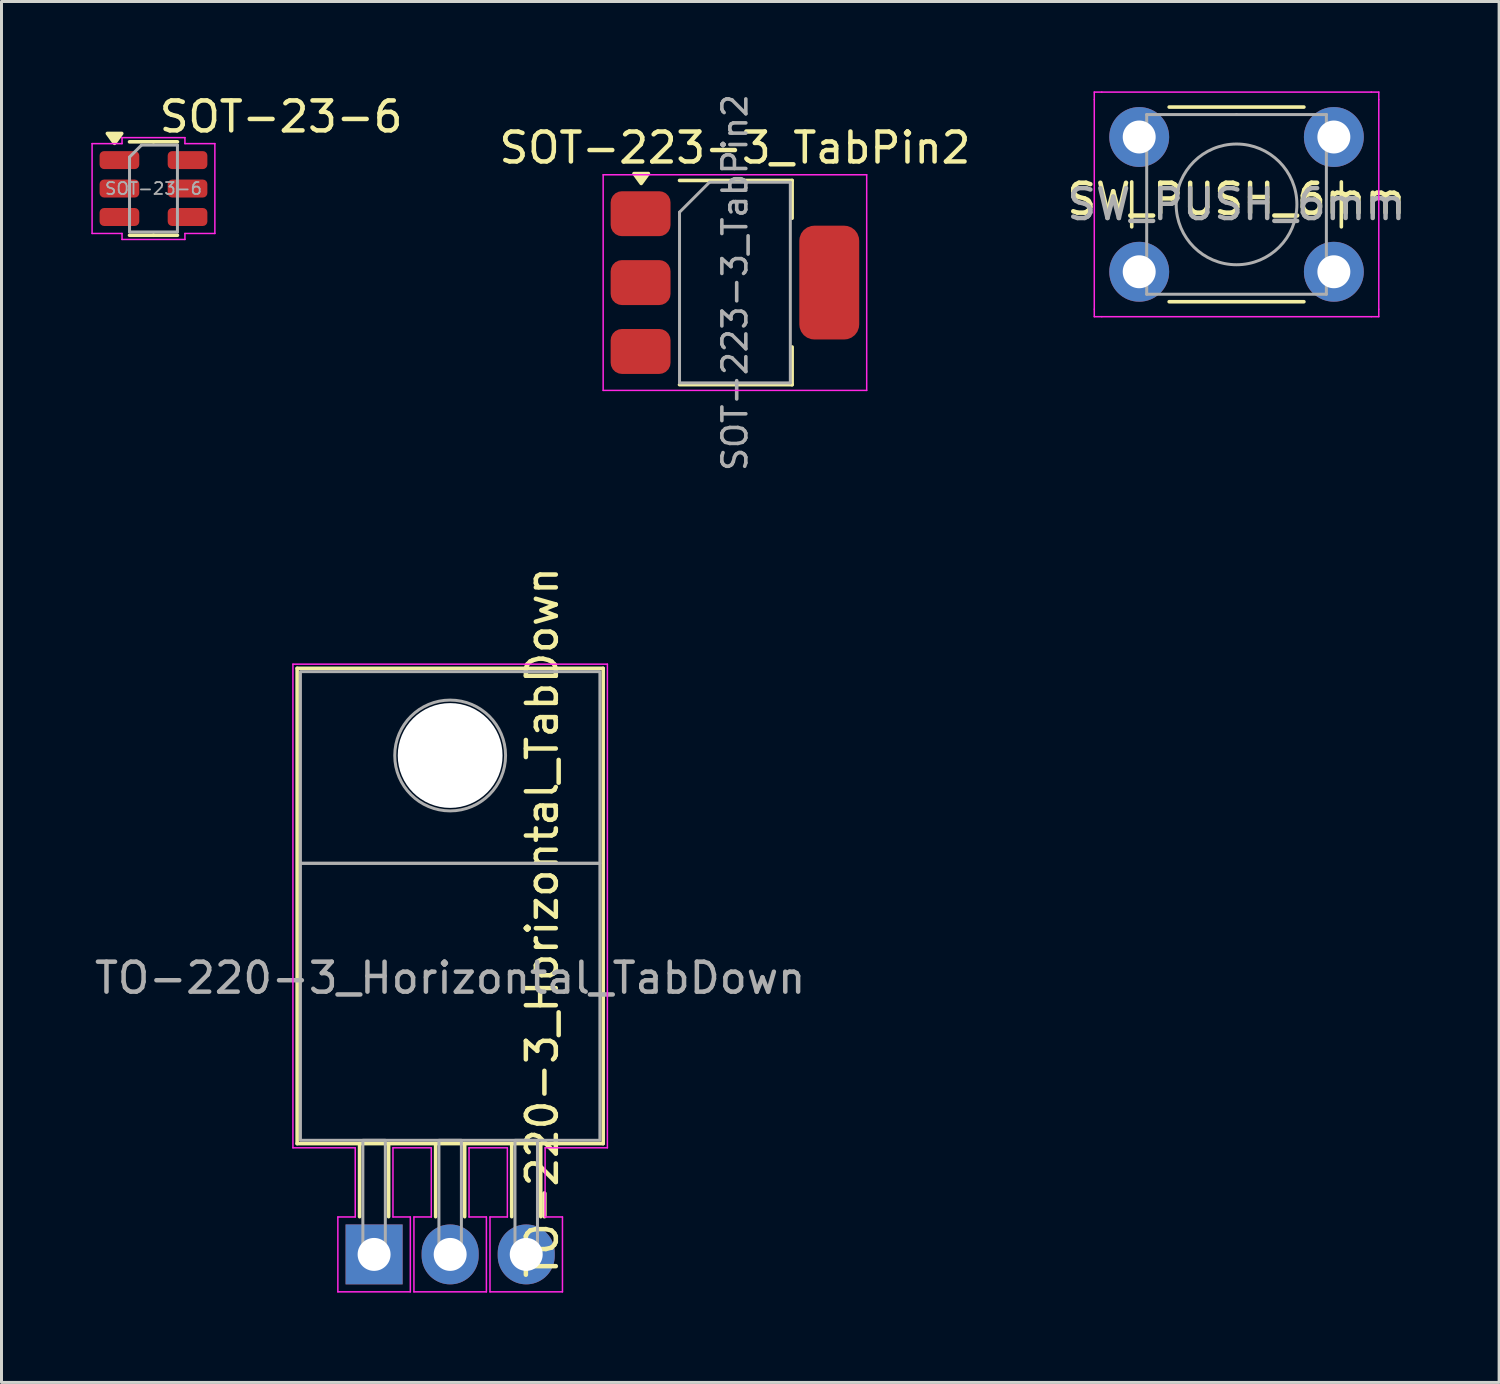
<source format=kicad_pcb>
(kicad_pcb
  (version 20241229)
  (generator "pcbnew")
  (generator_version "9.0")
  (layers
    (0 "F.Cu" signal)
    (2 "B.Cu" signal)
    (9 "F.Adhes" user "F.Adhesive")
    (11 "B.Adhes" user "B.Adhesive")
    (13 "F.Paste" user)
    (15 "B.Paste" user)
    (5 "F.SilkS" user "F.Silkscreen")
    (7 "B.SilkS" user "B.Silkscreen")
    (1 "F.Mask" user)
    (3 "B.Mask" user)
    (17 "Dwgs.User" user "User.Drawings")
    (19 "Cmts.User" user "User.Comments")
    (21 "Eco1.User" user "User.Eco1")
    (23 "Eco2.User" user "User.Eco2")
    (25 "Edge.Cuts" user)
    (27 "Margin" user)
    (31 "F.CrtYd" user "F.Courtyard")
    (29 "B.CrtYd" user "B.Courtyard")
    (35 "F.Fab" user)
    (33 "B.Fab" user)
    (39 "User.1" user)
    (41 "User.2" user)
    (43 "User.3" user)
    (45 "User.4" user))
  (footprint "SOT-23-6"
    (layer "F.Cu")
    (at 2.075 3.246)
    (property "Reference" "SOT-23-6" (at 4.262 -2.398 0) (layer "F.SilkS") (effects (font (size 1 1) (thickness 0.15))))
    (attr smd)
    (fp_line (start 0 -1.56) (end -0.8 -1.56) (stroke (width 0.12) (type solid)) (layer "F.SilkS"))
    (fp_line (start 0 -1.56) (end 0.8 -1.56) (stroke (width 0.12) (type solid)) (layer "F.SilkS"))
    (fp_line (start 0 1.56) (end -0.8 1.56) (stroke (width 0.12) (type solid)) (layer "F.SilkS"))
    (fp_line (start 0 1.56) (end 0.8 1.56) (stroke (width 0.12) (type solid)) (layer "F.SilkS"))
    (fp_poly (pts (xy -1.3 -1.51) (xy -1.54 -1.84) (xy -1.06 -1.84)) (stroke (width 0.12) (type solid)) (fill yes) (layer "F.SilkS"))
    (fp_line (start -2.05 -1.5) (end -1.05 -1.5) (stroke (width 0.05) (type solid)) (layer "F.CrtYd"))
    (fp_line (start -2.05 1.5) (end -2.05 -1.5) (stroke (width 0.05) (type solid)) (layer "F.CrtYd"))
    (fp_line (start -1.05 -1.7) (end 1.05 -1.7) (stroke (width 0.05) (type solid)) (layer "F.CrtYd"))
    (fp_line (start -1.05 -1.5) (end -1.05 -1.7) (stroke (width 0.05) (type solid)) (layer "F.CrtYd"))
    (fp_line (start -1.05 1.5) (end -2.05 1.5) (stroke (width 0.05) (type solid)) (layer "F.CrtYd"))
    (fp_line (start -1.05 1.7) (end -1.05 1.5) (stroke (width 0.05) (type solid)) (layer "F.CrtYd"))
    (fp_line (start 1.05 -1.7) (end 1.05 -1.5) (stroke (width 0.05) (type solid)) (layer "F.CrtYd"))
    (fp_line (start 1.05 -1.5) (end 2.05 -1.5) (stroke (width 0.05) (type solid)) (layer "F.CrtYd"))
    (fp_line (start 1.05 1.5) (end 1.05 1.7) (stroke (width 0.05) (type solid)) (layer "F.CrtYd"))
    (fp_line (start 1.05 1.7) (end -1.05 1.7) (stroke (width 0.05) (type solid)) (layer "F.CrtYd"))
    (fp_line (start 2.05 -1.5) (end 2.05 1.5) (stroke (width 0.05) (type solid)) (layer "F.CrtYd"))
    (fp_line (start 2.05 1.5) (end 1.05 1.5) (stroke (width 0.05) (type solid)) (layer "F.CrtYd"))
    (fp_line (start -0.8 -1.05) (end -0.4 -1.45) (stroke (width 0.1) (type solid)) (layer "F.Fab"))
    (fp_line (start -0.8 1.45) (end -0.8 -1.05) (stroke (width 0.1) (type solid)) (layer "F.Fab"))
    (fp_line (start -0.4 -1.45) (end 0.8 -1.45) (stroke (width 0.1) (type solid)) (layer "F.Fab"))
    (fp_line (start 0.8 -1.45) (end 0.8 1.45) (stroke (width 0.1) (type solid)) (layer "F.Fab"))
    (fp_line (start 0.8 1.45) (end -0.8 1.45) (stroke (width 0.1) (type solid)) (layer "F.Fab"))
    (fp_text user "${REFERENCE}" (at 0 0 0) (layer "F.Fab") (effects (font (size 0.4 0.4) (thickness 0.06))))
    (pad "1" smd roundrect (at -1.137 -0.95) (size 1.325 0.6) (layers "F.Cu" "F.Mask" "F.Paste") (roundrect_rratio 0.25))
    (pad "2" smd roundrect (at -1.137 0) (size 1.325 0.6) (layers "F.Cu" "F.Mask" "F.Paste") (roundrect_rratio 0.25))
    (pad "3" smd roundrect (at -1.137 0.95) (size 1.325 0.6) (layers "F.Cu" "F.Mask" "F.Paste") (roundrect_rratio 0.25))
    (pad "4" smd roundrect (at 1.137 0.95) (size 1.325 0.6) (layers "F.Cu" "F.Mask" "F.Paste") (roundrect_rratio 0.25))
    (pad "5" smd roundrect (at 1.137 0) (size 1.325 0.6) (layers "F.Cu" "F.Mask" "F.Paste") (roundrect_rratio 0.25))
    (pad "6" smd roundrect (at 1.137 -0.95) (size 1.325 0.6) (layers "F.Cu" "F.Mask" "F.Paste") (roundrect_rratio 0.25)))
  (footprint "TO-220-3_Horizontal_TabDown"
    (layer "F.Cu")
    (at 9.442 38.838)
    (property "Reference" "TO-220-3_Horizontal_TabDown" (at 5.613 -11.084 90) (layer "F.SilkS") (effects (font (size 1 1) (thickness 0.15))))
    (attr through_hole)
    (fp_line (start -2.57 -19.57) (end 7.65 -19.57) (stroke (width 0.12) (type solid)) (layer "F.SilkS"))
    (fp_line (start -2.57 -3.7) (end -2.57 -19.57) (stroke (width 0.12) (type solid)) (layer "F.SilkS"))
    (fp_line (start -2.57 -3.7) (end 7.65 -3.7) (stroke (width 0.12) (type solid)) (layer "F.SilkS"))
    (fp_line (start -0.485 -3.7) (end -0.485 -1.26) (stroke (width 0.12) (type solid)) (layer "F.SilkS"))
    (fp_line (start 0.485 -3.7) (end 0.485 -1.26) (stroke (width 0.12) (type solid)) (layer "F.SilkS"))
    (fp_line (start 2.055 -3.7) (end 2.055 -1.26) (stroke (width 0.12) (type solid)) (layer "F.SilkS"))
    (fp_line (start 3.025 -3.7) (end 3.025 -1.26) (stroke (width 0.12) (type solid)) (layer "F.SilkS"))
    (fp_line (start 4.595 -3.7) (end 4.595 -1.26) (stroke (width 0.12) (type solid)) (layer "F.SilkS"))
    (fp_line (start 5.565 -3.7) (end 5.565 -1.26) (stroke (width 0.12) (type solid)) (layer "F.SilkS"))
    (fp_line (start 7.65 -3.7) (end 7.65 -19.57) (stroke (width 0.12) (type solid)) (layer "F.SilkS"))
    (fp_line (start -2.71 -19.71) (end 7.79 -19.71) (stroke (width 0.05) (type solid)) (layer "F.CrtYd"))
    (fp_line (start -2.71 -3.56) (end -2.71 -19.71) (stroke (width 0.05) (type solid)) (layer "F.CrtYd"))
    (fp_line (start -1.21 -1.25) (end -0.63 -1.25) (stroke (width 0.05) (type solid)) (layer "F.CrtYd"))
    (fp_line (start -1.21 1.25) (end -1.21 -1.25) (stroke (width 0.05) (type solid)) (layer "F.CrtYd"))
    (fp_line (start -0.63 -3.56) (end -2.71 -3.56) (stroke (width 0.05) (type solid)) (layer "F.CrtYd"))
    (fp_line (start -0.63 -1.25) (end -0.63 -3.56) (stroke (width 0.05) (type solid)) (layer "F.CrtYd"))
    (fp_line (start 0.63 -3.56) (end 0.63 -1.25) (stroke (width 0.05) (type solid)) (layer "F.CrtYd"))
    (fp_line (start 0.63 -1.25) (end 1.21 -1.25) (stroke (width 0.05) (type solid)) (layer "F.CrtYd"))
    (fp_line (start 1.21 -1.25) (end 1.21 1.25) (stroke (width 0.05) (type solid)) (layer "F.CrtYd"))
    (fp_line (start 1.21 1.25) (end -1.21 1.25) (stroke (width 0.05) (type solid)) (layer "F.CrtYd"))
    (fp_line (start 1.33 -1.25) (end 1.91 -1.25) (stroke (width 0.05) (type solid)) (layer "F.CrtYd"))
    (fp_line (start 1.33 1.25) (end 1.33 -1.25) (stroke (width 0.05) (type solid)) (layer "F.CrtYd"))
    (fp_line (start 1.91 -3.56) (end 0.63 -3.56) (stroke (width 0.05) (type solid)) (layer "F.CrtYd"))
    (fp_line (start 1.91 -1.25) (end 1.91 -3.56) (stroke (width 0.05) (type solid)) (layer "F.CrtYd"))
    (fp_line (start 3.17 -3.56) (end 3.17 -1.25) (stroke (width 0.05) (type solid)) (layer "F.CrtYd"))
    (fp_line (start 3.17 -1.25) (end 3.75 -1.25) (stroke (width 0.05) (type solid)) (layer "F.CrtYd"))
    (fp_line (start 3.75 -1.25) (end 3.75 1.25) (stroke (width 0.05) (type solid)) (layer "F.CrtYd"))
    (fp_line (start 3.75 1.25) (end 1.33 1.25) (stroke (width 0.05) (type solid)) (layer "F.CrtYd"))
    (fp_line (start 3.87 -1.25) (end 4.45 -1.25) (stroke (width 0.05) (type solid)) (layer "F.CrtYd"))
    (fp_line (start 3.87 1.25) (end 3.87 -1.25) (stroke (width 0.05) (type solid)) (layer "F.CrtYd"))
    (fp_line (start 4.45 -3.56) (end 3.17 -3.56) (stroke (width 0.05) (type solid)) (layer "F.CrtYd"))
    (fp_line (start 4.45 -1.25) (end 4.45 -3.56) (stroke (width 0.05) (type solid)) (layer "F.CrtYd"))
    (fp_line (start 5.71 -3.56) (end 5.71 -1.25) (stroke (width 0.05) (type solid)) (layer "F.CrtYd"))
    (fp_line (start 5.71 -1.25) (end 6.29 -1.25) (stroke (width 0.05) (type solid)) (layer "F.CrtYd"))
    (fp_line (start 6.29 -1.25) (end 6.29 1.25) (stroke (width 0.05) (type solid)) (layer "F.CrtYd"))
    (fp_line (start 6.29 1.25) (end 3.87 1.25) (stroke (width 0.05) (type solid)) (layer "F.CrtYd"))
    (fp_line (start 7.79 -19.71) (end 7.79 -3.56) (stroke (width 0.05) (type solid)) (layer "F.CrtYd"))
    (fp_line (start 7.79 -3.56) (end 5.71 -3.56) (stroke (width 0.05) (type solid)) (layer "F.CrtYd"))
    (fp_rect (start -2.46 -19.46) (end 7.54 -13.06) (stroke (width 0.1) (type solid)) (fill no) (layer "F.Fab"))
    (fp_rect (start -2.46 -3.81) (end 7.54 -13.06) (stroke (width 0.1) (type solid)) (fill no) (layer "F.Fab"))
    (fp_rect (start -0.375 -3.81) (end 0.375 0) (stroke (width 0.1) (type solid)) (fill no) (layer "F.Fab"))
    (fp_rect (start 2.165 -3.81) (end 2.915 0) (stroke (width 0.1) (type solid)) (fill no) (layer "F.Fab"))
    (fp_rect (start 4.705 -3.81) (end 5.455 0) (stroke (width 0.1) (type solid)) (fill no) (layer "F.Fab"))
    (fp_circle (center 2.54 -16.66) (end 4.39 -16.66) (stroke (width 0.1) (type solid)) (fill no) (layer "F.Fab"))
    (fp_text user "${REFERENCE}" (at 2.54 -9.23 180) (layer "F.Fab") (effects (font (size 1 1) (thickness 0.15))))
    (pad "" np_thru_hole circle (at 2.54 -16.66) (size 3.5 3.5) (drill 3.5) (layers "*.Cu" "*.Mask"))
    (pad "1" thru_hole rect (at 0 0) (size 1.905 2) (drill 1.1) (layers "*.Cu" "*.Mask"))
    (pad "2" thru_hole oval (at 2.54 0) (size 1.905 2) (drill 1.1) (layers "*.Cu" "*.Mask"))
    (pad "3" thru_hole oval (at 5.08 0) (size 1.905 2) (drill 1.1) (layers "*.Cu" "*.Mask")))
  (footprint "SOT-223-3_TabPin2"
    (layer "F.Cu")
    (at 21.491 6.386)
    (property "Reference" "SOT-223-3_TabPin2" (at 0 -4.5 0) (layer "F.SilkS") (effects (font (size 1 1) (thickness 0.15))))
    (attr smd)
    (fp_line (start -1.85 -3.41) (end 1.91 -3.41) (stroke (width 0.12) (type solid)) (layer "F.SilkS"))
    (fp_line (start -1.85 3.41) (end 1.91 3.41) (stroke (width 0.12) (type solid)) (layer "F.SilkS"))
    (fp_line (start 1.91 -3.41) (end 1.91 -2.15) (stroke (width 0.12) (type solid)) (layer "F.SilkS"))
    (fp_line (start 1.91 3.41) (end 1.91 2.15) (stroke (width 0.12) (type solid)) (layer "F.SilkS"))
    (fp_poly (pts (xy -3.13 -3.31) (xy -3.37 -3.64) (xy -2.89 -3.64) (xy -3.13 -3.31)) (stroke (width 0.12) (type solid)) (fill yes) (layer "F.SilkS"))
    (fp_line (start -4.4 -3.6) (end -4.4 3.6) (stroke (width 0.05) (type solid)) (layer "F.CrtYd"))
    (fp_line (start -4.4 3.6) (end 4.4 3.6) (stroke (width 0.05) (type solid)) (layer "F.CrtYd"))
    (fp_line (start 4.4 -3.6) (end -4.4 -3.6) (stroke (width 0.05) (type solid)) (layer "F.CrtYd"))
    (fp_line (start 4.4 3.6) (end 4.4 -3.6) (stroke (width 0.05) (type solid)) (layer "F.CrtYd"))
    (fp_line (start -1.85 -2.35) (end -1.85 3.35) (stroke (width 0.1) (type solid)) (layer "F.Fab"))
    (fp_line (start -1.85 -2.35) (end -0.85 -3.35) (stroke (width 0.1) (type solid)) (layer "F.Fab"))
    (fp_line (start -1.85 3.35) (end 1.85 3.35) (stroke (width 0.1) (type solid)) (layer "F.Fab"))
    (fp_line (start -0.85 -3.35) (end 1.85 -3.35) (stroke (width 0.1) (type solid)) (layer "F.Fab"))
    (fp_line (start 1.85 -3.35) (end 1.85 3.35) (stroke (width 0.1) (type solid)) (layer "F.Fab"))
    (fp_text user "${REFERENCE}" (at 0 0 90) (layer "F.Fab") (effects (font (size 0.8 0.8) (thickness 0.12))))
    (pad "1" smd roundrect (at -3.15 -2.3) (size 2 1.5) (layers "F.Cu" "F.Mask" "F.Paste") (roundrect_rratio 0.25))
    (pad "2" smd roundrect (at -3.15 0) (size 2 1.5) (layers "F.Cu" "F.Mask" "F.Paste") (roundrect_rratio 0.25))
    (pad "2" smd roundrect (at 3.15 0) (size 2 3.8) (layers "F.Cu" "F.Mask" "F.Paste") (roundrect_rratio 0.25))
    (pad "3" smd roundrect (at -3.15 2.3) (size 2 1.5) (layers "F.Cu" "F.Mask" "F.Paste") (roundrect_rratio 0.25)))
  (footprint "SW_PUSH_6mm"
    (layer "F.Cu")
    (at 34.991 1.525)
    (property "Reference" "SW_PUSH_6mm" (at 3.25 2.072 180) (layer "F.SilkS") (effects (font (size 1 1) (thickness 0.15))))
    (attr through_hole)
    (fp_line (start -0.25 1.5) (end -0.25 3) (stroke (width 0.12) (type solid)) (layer "F.SilkS"))
    (fp_line (start 1 5.5) (end 5.5 5.5) (stroke (width 0.12) (type solid)) (layer "F.SilkS"))
    (fp_line (start 5.5 -1) (end 1 -1) (stroke (width 0.12) (type solid)) (layer "F.SilkS"))
    (fp_line (start 6.75 3) (end 6.75 1.5) (stroke (width 0.12) (type solid)) (layer "F.SilkS"))
    (fp_line (start -1.5 -1.5) (end -1.25 -1.5) (stroke (width 0.05) (type solid)) (layer "F.CrtYd"))
    (fp_line (start -1.5 -1.25) (end -1.5 -1.5) (stroke (width 0.05) (type solid)) (layer "F.CrtYd"))
    (fp_line (start -1.5 5.75) (end -1.5 -1.25) (stroke (width 0.05) (type solid)) (layer "F.CrtYd"))
    (fp_line (start -1.5 5.75) (end -1.5 6) (stroke (width 0.05) (type solid)) (layer "F.CrtYd"))
    (fp_line (start -1.5 6) (end -1.25 6) (stroke (width 0.05) (type solid)) (layer "F.CrtYd"))
    (fp_line (start -1.25 -1.5) (end 7.75 -1.5) (stroke (width 0.05) (type solid)) (layer "F.CrtYd"))
    (fp_line (start 7.75 -1.5) (end 8 -1.5) (stroke (width 0.05) (type solid)) (layer "F.CrtYd"))
    (fp_line (start 7.75 6) (end -1.25 6) (stroke (width 0.05) (type solid)) (layer "F.CrtYd"))
    (fp_line (start 7.75 6) (end 8 6) (stroke (width 0.05) (type solid)) (layer "F.CrtYd"))
    (fp_line (start 8 -1.5) (end 8 -1.25) (stroke (width 0.05) (type solid)) (layer "F.CrtYd"))
    (fp_line (start 8 -1.25) (end 8 5.75) (stroke (width 0.05) (type solid)) (layer "F.CrtYd"))
    (fp_line (start 8 6) (end 8 5.75) (stroke (width 0.05) (type solid)) (layer "F.CrtYd"))
    (fp_line (start 0.25 -0.75) (end 3.25 -0.75) (stroke (width 0.1) (type solid)) (layer "F.Fab"))
    (fp_line (start 0.25 5.25) (end 0.25 -0.75) (stroke (width 0.1) (type solid)) (layer "F.Fab"))
    (fp_line (start 3.25 -0.75) (end 6.25 -0.75) (stroke (width 0.1) (type solid)) (layer "F.Fab"))
    (fp_line (start 6.25 -0.75) (end 6.25 5.25) (stroke (width 0.1) (type solid)) (layer "F.Fab"))
    (fp_line (start 6.25 5.25) (end 0.25 5.25) (stroke (width 0.1) (type solid)) (layer "F.Fab"))
    (fp_circle (center 3.25 2.25) (end 1.25 2.5) (stroke (width 0.1) (type solid)) (fill no) (layer "F.Fab"))
    (fp_text user "${REFERENCE}" (at 3.25 2.25 180) (layer "F.Fab") (effects (font (size 1 1) (thickness 0.15))))
    (pad "1" thru_hole circle (at 0 0 90) (size 2 2) (drill 1.1) (layers "*.Cu" "*.Mask"))
    (pad "1" thru_hole circle (at 6.5 0 90) (size 2 2) (drill 1.1) (layers "*.Cu" "*.Mask"))
    (pad "2" thru_hole circle (at 0 4.5 90) (size 2 2) (drill 1.1) (layers "*.Cu" "*.Mask"))
    (pad "2" thru_hole circle (at 6.5 4.5 90) (size 2 2) (drill 1.1) (layers "*.Cu" "*.Mask")))
  (gr_rect
    (start -3 -3)
    (end 47.009 43.113)
    (stroke (width 0.1) (type default))
    (fill no)
    (layer "Edge.Cuts")))
</source>
